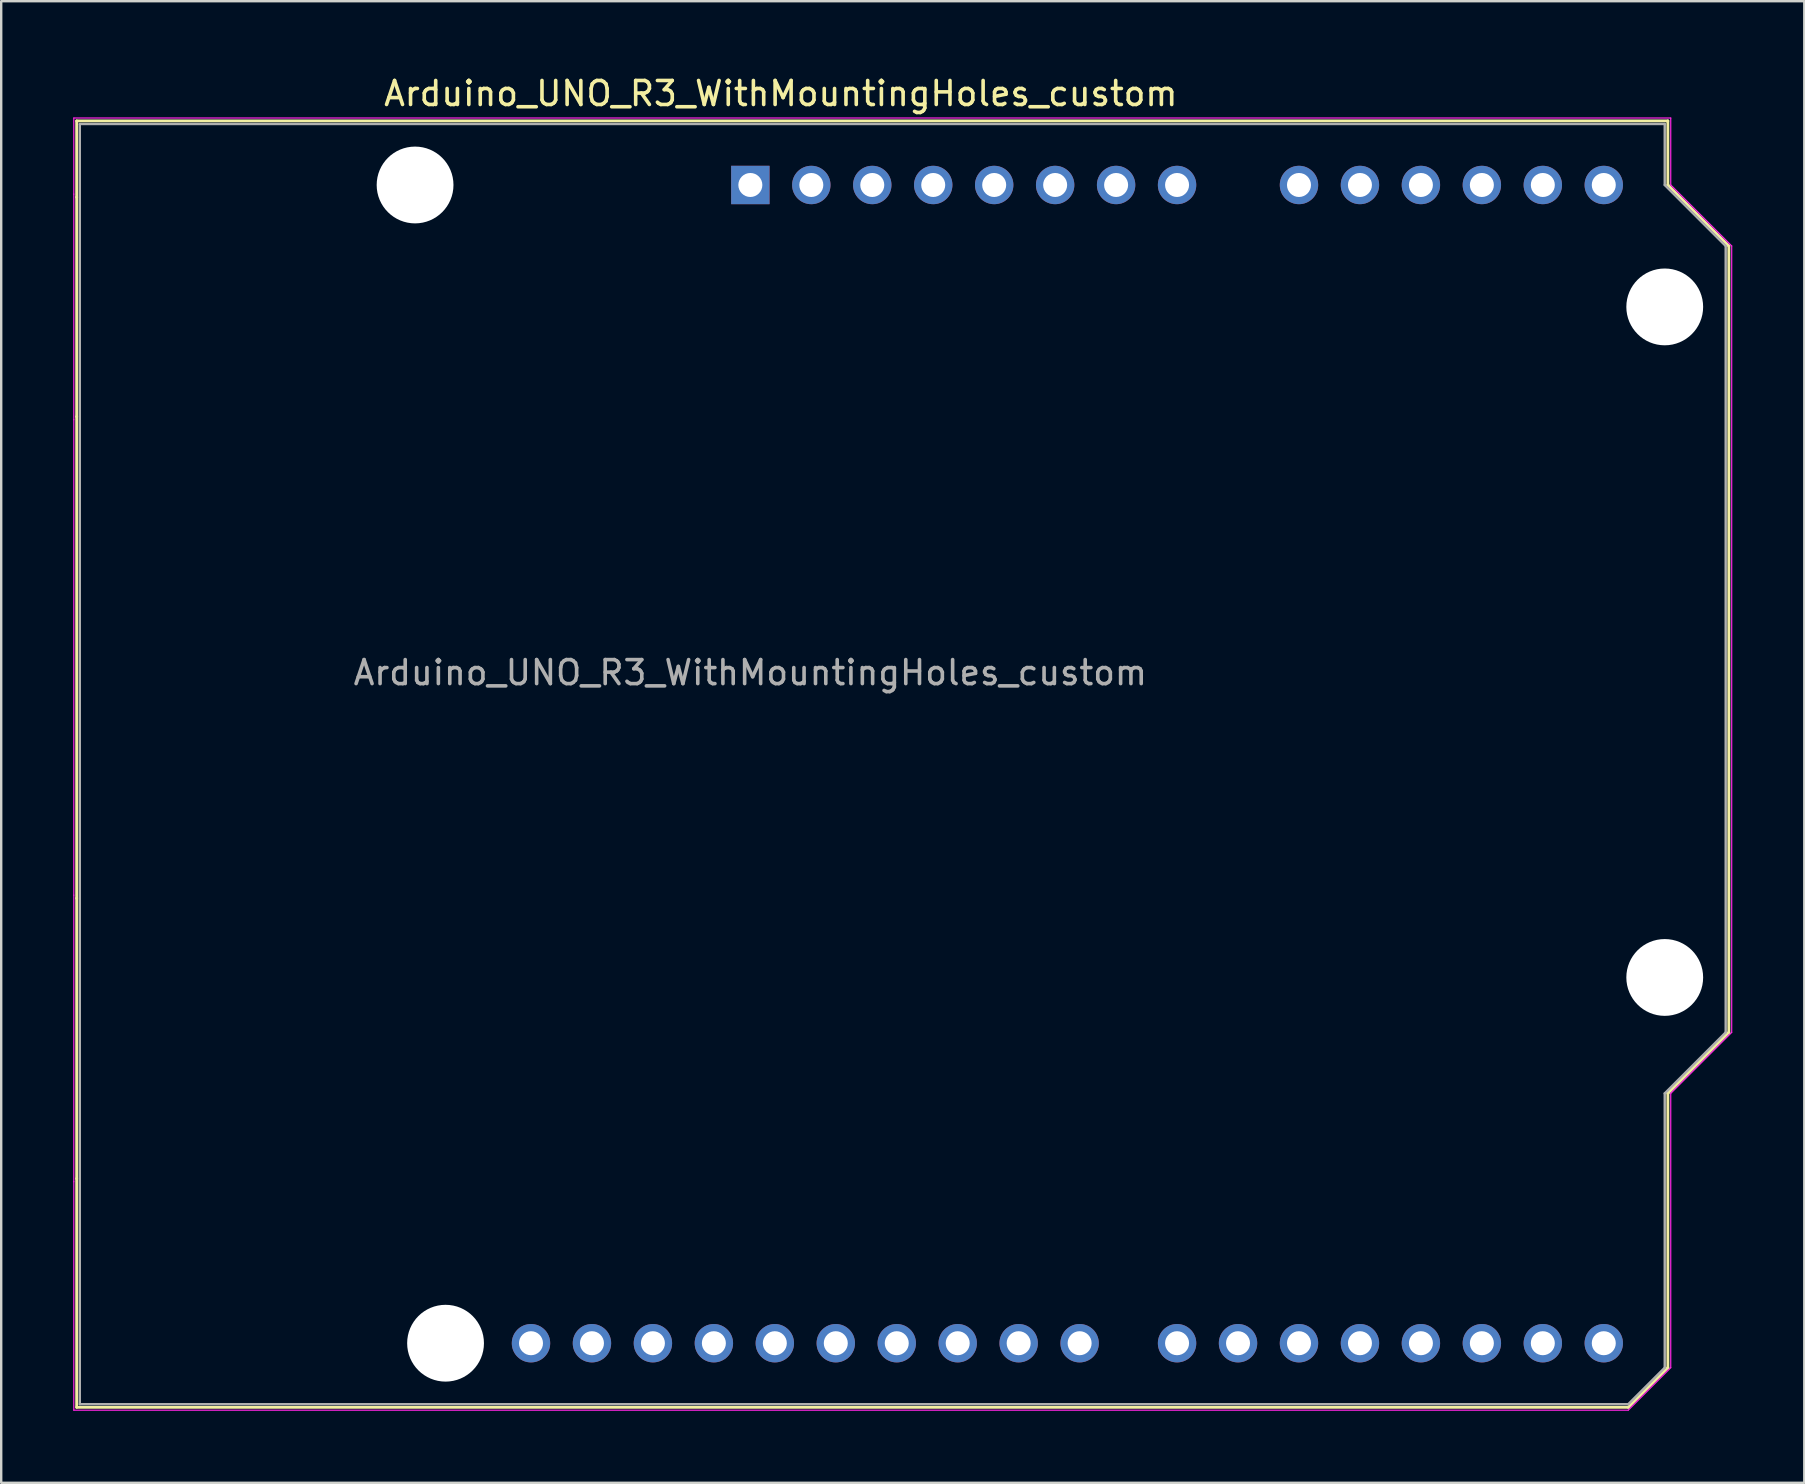
<source format=kicad_pcb>
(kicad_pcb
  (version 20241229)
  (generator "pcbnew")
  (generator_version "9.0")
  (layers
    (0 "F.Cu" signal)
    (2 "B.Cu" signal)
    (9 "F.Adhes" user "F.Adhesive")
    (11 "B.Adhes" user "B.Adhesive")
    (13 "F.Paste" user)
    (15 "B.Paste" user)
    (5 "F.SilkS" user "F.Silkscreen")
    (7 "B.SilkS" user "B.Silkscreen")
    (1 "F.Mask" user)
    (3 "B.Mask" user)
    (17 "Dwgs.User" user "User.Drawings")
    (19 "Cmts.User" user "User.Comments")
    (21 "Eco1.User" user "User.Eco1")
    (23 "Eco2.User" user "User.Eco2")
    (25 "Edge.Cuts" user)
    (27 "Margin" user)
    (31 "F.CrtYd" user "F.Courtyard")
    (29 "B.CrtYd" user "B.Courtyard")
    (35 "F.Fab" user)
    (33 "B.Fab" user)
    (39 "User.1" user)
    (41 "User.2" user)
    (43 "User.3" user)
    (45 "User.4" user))
  (footprint "Arduino_UNO_R3_WithMountingHoles_custom"
    (layer "F.Cu")
    (at 28.215 4.658)
    (property "Reference" "Arduino_UNO_R3_WithMountingHoles_custom" (at 1.27 -3.81 180) (layer "F.SilkS") (effects (font (size 1 1) (thickness 0.15))))
    (attr through_hole)
    (fp_line (start -28.07 -2.67) (end -28.07 0.51) (stroke (width 0.12) (type solid)) (layer "F.SilkS"))
    (fp_line (start -28.07 0.51) (end -28.07 9.65) (stroke (width 0.12) (type solid)) (layer "F.SilkS"))
    (fp_line (start -28.07 9.65) (end -28.07 29.72) (stroke (width 0.12) (type solid)) (layer "F.SilkS"))
    (fp_line (start -28.07 29.72) (end -28.07 41.4) (stroke (width 0.12) (type solid)) (layer "F.SilkS"))
    (fp_line (start -28.07 41.4) (end -28.07 50.93) (stroke (width 0.12) (type solid)) (layer "F.SilkS"))
    (fp_line (start -28.07 50.93) (end 36.58 50.93) (stroke (width 0.12) (type solid)) (layer "F.SilkS"))
    (fp_line (start 36.58 50.93) (end 38.23 49.28) (stroke (width 0.12) (type solid)) (layer "F.SilkS"))
    (fp_line (start 38.23 -2.67) (end -28.07 -2.67) (stroke (width 0.12) (type solid)) (layer "F.SilkS"))
    (fp_line (start 38.23 0) (end 38.23 -2.67) (stroke (width 0.12) (type solid)) (layer "F.SilkS"))
    (fp_line (start 38.23 37.85) (end 40.77 35.31) (stroke (width 0.12) (type solid)) (layer "F.SilkS"))
    (fp_line (start 38.23 49.28) (end 38.23 37.85) (stroke (width 0.12) (type solid)) (layer "F.SilkS"))
    (fp_line (start 40.77 2.54) (end 38.23 0) (stroke (width 0.12) (type solid)) (layer "F.SilkS"))
    (fp_line (start 40.77 35.31) (end 40.77 2.54) (stroke (width 0.12) (type solid)) (layer "F.SilkS"))
    (fp_line (start -28.19 -2.79) (end 38.35 -2.79) (stroke (width 0.05) (type solid)) (layer "F.CrtYd"))
    (fp_line (start -28.19 0.38) (end -28.19 -2.79) (stroke (width 0.05) (type solid)) (layer "F.CrtYd"))
    (fp_line (start -28.19 9.78) (end -28.19 0.38) (stroke (width 0.05) (type solid)) (layer "F.CrtYd"))
    (fp_line (start -28.19 29.59) (end -28.19 9.78) (stroke (width 0.05) (type solid)) (layer "F.CrtYd"))
    (fp_line (start -28.19 41.53) (end -28.19 29.59) (stroke (width 0.05) (type solid)) (layer "F.CrtYd"))
    (fp_line (start -28.19 51.05) (end -28.19 41.53) (stroke (width 0.05) (type solid)) (layer "F.CrtYd"))
    (fp_line (start 36.58 51.05) (end -28.19 51.05) (stroke (width 0.05) (type solid)) (layer "F.CrtYd"))
    (fp_line (start 38.35 -2.79) (end 38.35 0) (stroke (width 0.05) (type solid)) (layer "F.CrtYd"))
    (fp_line (start 38.35 0) (end 40.89 2.54) (stroke (width 0.05) (type solid)) (layer "F.CrtYd"))
    (fp_line (start 38.35 37.85) (end 38.35 49.28) (stroke (width 0.05) (type solid)) (layer "F.CrtYd"))
    (fp_line (start 38.35 49.28) (end 36.58 51.05) (stroke (width 0.05) (type solid)) (layer "F.CrtYd"))
    (fp_line (start 40.89 2.54) (end 40.89 35.31) (stroke (width 0.05) (type solid)) (layer "F.CrtYd"))
    (fp_line (start 40.89 35.31) (end 38.35 37.85) (stroke (width 0.05) (type solid)) (layer "F.CrtYd"))
    (fp_line (start -27.94 -2.54) (end 38.1 -2.54) (stroke (width 0.1) (type solid)) (layer "F.Fab"))
    (fp_line (start -27.94 50.8) (end -27.94 -2.54) (stroke (width 0.1) (type solid)) (layer "F.Fab"))
    (fp_line (start 36.58 50.8) (end -27.94 50.8) (stroke (width 0.1) (type solid)) (layer "F.Fab"))
    (fp_line (start 38.1 -2.54) (end 38.1 0) (stroke (width 0.1) (type solid)) (layer "F.Fab"))
    (fp_line (start 38.1 0) (end 40.64 2.54) (stroke (width 0.1) (type solid)) (layer "F.Fab"))
    (fp_line (start 38.1 37.85) (end 38.1 49.28) (stroke (width 0.1) (type solid)) (layer "F.Fab"))
    (fp_line (start 38.1 49.28) (end 36.58 50.8) (stroke (width 0.1) (type solid)) (layer "F.Fab"))
    (fp_line (start 40.64 2.54) (end 40.64 35.31) (stroke (width 0.1) (type solid)) (layer "F.Fab"))
    (fp_line (start 40.64 35.31) (end 38.1 37.85) (stroke (width 0.1) (type solid)) (layer "F.Fab"))
    (fp_text user "${REFERENCE}" (at 0 20.32 180) (layer "F.Fab") (effects (font (size 1 1) (thickness 0.15))))
    (pad "" np_thru_hole circle (at -13.97 0 90) (size 3.2 3.2) (drill 3.2) (layers "*.Cu" "*.Mask"))
    (pad "" np_thru_hole circle (at -12.7 48.26 90) (size 3.2 3.2) (drill 3.2) (layers "*.Cu" "*.Mask"))
    (pad "" np_thru_hole circle (at 38.1 5.08 90) (size 3.2 3.2) (drill 3.2) (layers "*.Cu" "*.Mask"))
    (pad "" np_thru_hole circle (at 38.1 33.02 90) (size 3.2 3.2) (drill 3.2) (layers "*.Cu" "*.Mask"))
    (pad "1" thru_hole rect (at 0 0 90) (size 1.6 1.6) (drill 1) (layers "*.Cu" "*.Mask"))
    (pad "2" thru_hole oval (at 2.54 0 90) (size 1.6 1.6) (drill 1) (layers "*.Cu" "*.Mask"))
    (pad "3" thru_hole oval (at 5.08 0 90) (size 1.6 1.6) (drill 1) (layers "*.Cu" "*.Mask"))
    (pad "4" thru_hole oval (at 7.62 0 90) (size 1.6 1.6) (drill 1) (layers "*.Cu" "*.Mask"))
    (pad "5" thru_hole oval (at 10.16 0 90) (size 1.6 1.6) (drill 1) (layers "*.Cu" "*.Mask"))
    (pad "6" thru_hole oval (at 12.7 0 90) (size 1.6 1.6) (drill 1) (layers "*.Cu" "*.Mask"))
    (pad "7" thru_hole oval (at 15.24 0 90) (size 1.6 1.6) (drill 1) (layers "*.Cu" "*.Mask"))
    (pad "8" thru_hole oval (at 17.78 0 90) (size 1.6 1.6) (drill 1) (layers "*.Cu" "*.Mask"))
    (pad "9" thru_hole oval (at 22.86 0 90) (size 1.6 1.6) (drill 1) (layers "*.Cu" "*.Mask"))
    (pad "10" thru_hole oval (at 25.4 0 90) (size 1.6 1.6) (drill 1) (layers "*.Cu" "*.Mask"))
    (pad "11" thru_hole oval (at 27.94 0 90) (size 1.6 1.6) (drill 1) (layers "*.Cu" "*.Mask"))
    (pad "12" thru_hole oval (at 30.48 0 90) (size 1.6 1.6) (drill 1) (layers "*.Cu" "*.Mask"))
    (pad "13" thru_hole oval (at 33.02 0 90) (size 1.6 1.6) (drill 1) (layers "*.Cu" "*.Mask"))
    (pad "14" thru_hole oval (at 35.56 0 90) (size 1.6 1.6) (drill 1) (layers "*.Cu" "*.Mask"))
    (pad "15" thru_hole oval (at 35.56 48.26 90) (size 1.6 1.6) (drill 1) (layers "*.Cu" "*.Mask"))
    (pad "16" thru_hole oval (at 33.02 48.26 90) (size 1.6 1.6) (drill 1) (layers "*.Cu" "*.Mask"))
    (pad "17" thru_hole oval (at 30.48 48.26 90) (size 1.6 1.6) (drill 1) (layers "*.Cu" "*.Mask"))
    (pad "18" thru_hole oval (at 27.94 48.26 90) (size 1.6 1.6) (drill 1) (layers "*.Cu" "*.Mask"))
    (pad "19" thru_hole oval (at 25.4 48.26 90) (size 1.6 1.6) (drill 1) (layers "*.Cu" "*.Mask"))
    (pad "20" thru_hole oval (at 22.86 48.26 90) (size 1.6 1.6) (drill 1) (layers "*.Cu" "*.Mask"))
    (pad "21" thru_hole oval (at 20.32 48.26 90) (size 1.6 1.6) (drill 1) (layers "*.Cu" "*.Mask"))
    (pad "22" thru_hole oval (at 17.78 48.26 90) (size 1.6 1.6) (drill 1) (layers "*.Cu" "*.Mask"))
    (pad "23" thru_hole oval (at 13.72 48.26 90) (size 1.6 1.6) (drill 1) (layers "*.Cu" "*.Mask"))
    (pad "24" thru_hole oval (at 11.18 48.26 90) (size 1.6 1.6) (drill 1) (layers "*.Cu" "*.Mask"))
    (pad "25" thru_hole oval (at 8.64 48.26 90) (size 1.6 1.6) (drill 1) (layers "*.Cu" "*.Mask"))
    (pad "26" thru_hole oval (at 6.1 48.26 90) (size 1.6 1.6) (drill 1) (layers "*.Cu" "*.Mask"))
    (pad "27" thru_hole oval (at 3.56 48.26 90) (size 1.6 1.6) (drill 1) (layers "*.Cu" "*.Mask"))
    (pad "28" thru_hole oval (at 1.02 48.26 90) (size 1.6 1.6) (drill 1) (layers "*.Cu" "*.Mask"))
    (pad "29" thru_hole oval (at -1.52 48.26 90) (size 1.6 1.6) (drill 1) (layers "*.Cu" "*.Mask"))
    (pad "30" thru_hole oval (at -4.06 48.26 90) (size 1.6 1.6) (drill 1) (layers "*.Cu" "*.Mask"))
    (pad "31" thru_hole oval (at -6.6 48.26 90) (size 1.6 1.6) (drill 1) (layers "*.Cu" "*.Mask"))
    (pad "32" thru_hole oval (at -9.14 48.26 90) (size 1.6 1.6) (drill 1) (layers "*.Cu" "*.Mask")))
  (gr_rect
    (start -3 -3)
    (end 72.13 58.733)
    (stroke (width 0.1) (type default))
    (fill no)
    (layer "Edge.Cuts")))
</source>
